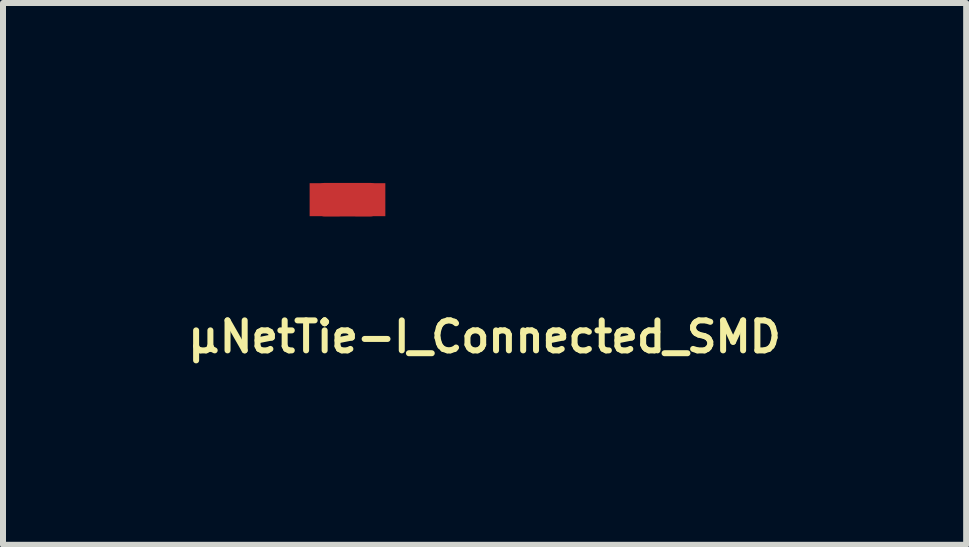
<source format=kicad_pcb>
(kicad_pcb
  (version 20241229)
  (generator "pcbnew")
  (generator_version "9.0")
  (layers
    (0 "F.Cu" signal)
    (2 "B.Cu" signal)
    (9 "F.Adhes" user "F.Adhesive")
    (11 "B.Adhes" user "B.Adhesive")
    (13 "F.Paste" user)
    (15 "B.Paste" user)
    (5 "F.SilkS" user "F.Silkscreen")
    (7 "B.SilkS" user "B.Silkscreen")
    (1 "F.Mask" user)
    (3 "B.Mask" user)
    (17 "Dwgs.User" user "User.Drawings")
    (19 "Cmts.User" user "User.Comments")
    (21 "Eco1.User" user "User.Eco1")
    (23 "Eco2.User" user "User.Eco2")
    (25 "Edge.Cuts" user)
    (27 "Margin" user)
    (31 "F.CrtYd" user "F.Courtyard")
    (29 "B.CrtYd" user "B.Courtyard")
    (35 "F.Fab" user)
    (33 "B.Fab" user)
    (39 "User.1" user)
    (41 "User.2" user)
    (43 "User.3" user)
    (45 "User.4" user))
  (footprint "µNetTie-I_Connected_SMD"
    (layer "F.Cu")
    (at 4.902 0.279)
    (property "Reference" "µNetTie-I_Connected_SMD" (at 0.127 2.286 0) (layer "F.SilkS") (effects (font (size 0.5 0.5) (thickness 0.1))))
    (attr through_hole)
    (fp_line (start -2.54 0.127) (end -1.778 0.127) (stroke (width 0.305) (type solid)) (layer "F.Cu"))
    (fp_line (start -1.778 -0.127) (end -2.54 -0.127) (stroke (width 0.305) (type solid)) (layer "F.Cu"))
    (pad "1" smd rect (at -2.54 0) (size 0.5 0.55) (layers "F.Cu" "F.Mask" "F.Paste"))
    (pad "2" smd rect (at -1.778 0) (size 0.5 0.55) (layers "F.Cu" "F.Mask" "F.Paste")))
  (gr_rect
    (start -3 -3)
    (end 13.057 6.033)
    (stroke (width 0.1) (type default))
    (fill no)
    (layer "Edge.Cuts")))
</source>
